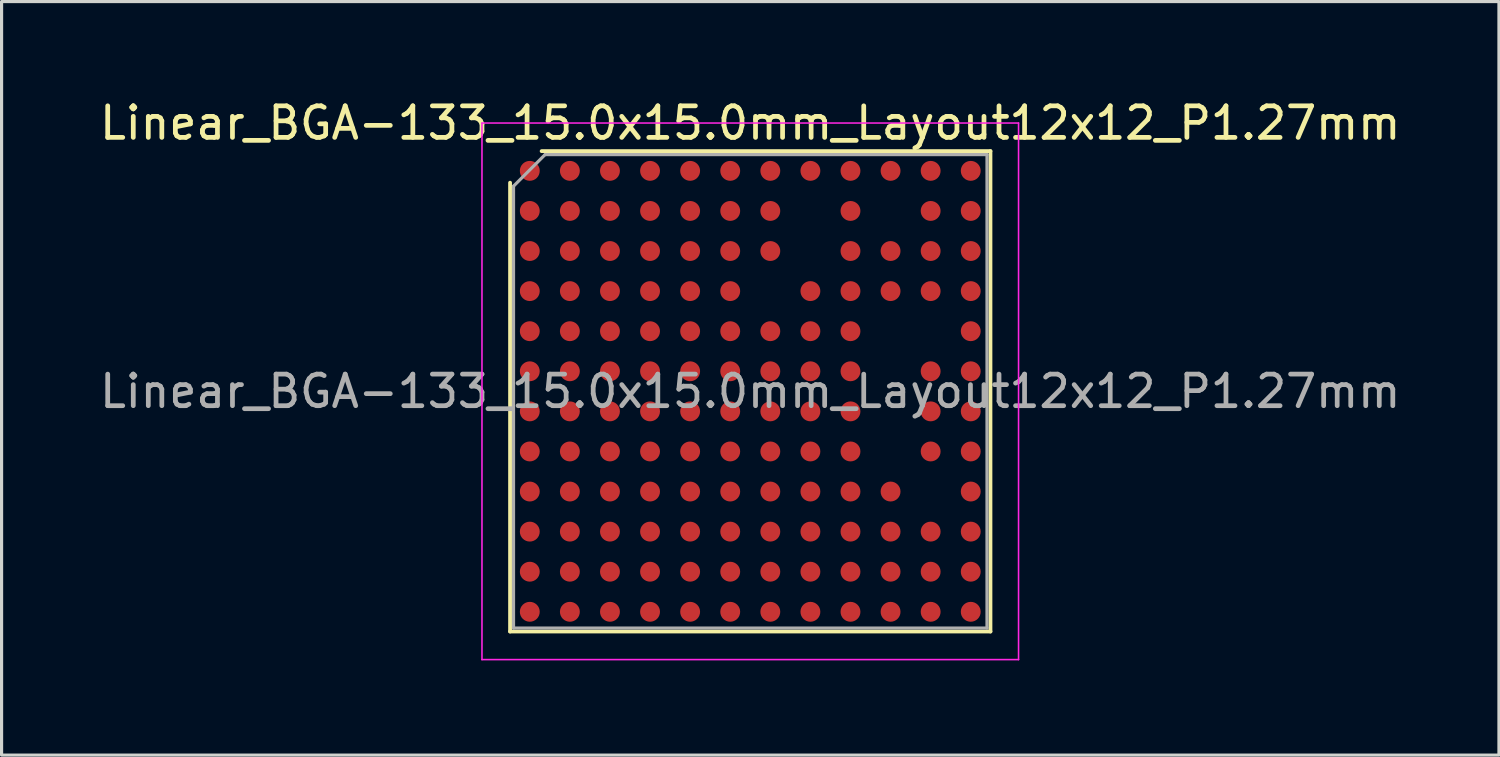
<source format=kicad_pcb>
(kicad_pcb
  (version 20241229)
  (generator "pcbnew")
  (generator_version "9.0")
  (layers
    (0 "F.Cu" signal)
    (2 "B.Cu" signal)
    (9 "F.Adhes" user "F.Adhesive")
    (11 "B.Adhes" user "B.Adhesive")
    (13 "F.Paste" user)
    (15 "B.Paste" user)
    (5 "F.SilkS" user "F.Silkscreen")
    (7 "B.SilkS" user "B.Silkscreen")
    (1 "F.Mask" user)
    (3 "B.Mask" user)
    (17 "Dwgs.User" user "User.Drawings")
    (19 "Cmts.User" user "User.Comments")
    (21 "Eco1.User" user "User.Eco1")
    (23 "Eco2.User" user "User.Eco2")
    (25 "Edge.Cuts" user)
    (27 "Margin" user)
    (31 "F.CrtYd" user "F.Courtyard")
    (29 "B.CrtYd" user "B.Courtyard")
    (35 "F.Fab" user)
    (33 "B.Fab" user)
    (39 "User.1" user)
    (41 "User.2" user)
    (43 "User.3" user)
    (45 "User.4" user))
  (footprint "Linear_BGA-133_15.0x15.0mm_Layout12x12_P1.27mm"
    (layer "F.Cu")
    (at 20.72 9.348)
    (property "Reference" "Linear_BGA-133_15.0x15.0mm_Layout12x12_P1.27mm" (at 0 -8.5 0) (layer "F.SilkS") (effects (font (size 1 1) (thickness 0.15))))
    (attr smd)
    (fp_line (start -7.61 7.61) (end -7.61 -6.61) (stroke (width 0.12) (type solid)) (layer "F.SilkS"))
    (fp_line (start -7.61 7.61) (end 7.61 7.61) (stroke (width 0.12) (type solid)) (layer "F.SilkS"))
    (fp_line (start 7.61 -7.61) (end -6.61 -7.61) (stroke (width 0.12) (type solid)) (layer "F.SilkS"))
    (fp_line (start 7.61 -7.61) (end 7.61 7.61) (stroke (width 0.12) (type solid)) (layer "F.SilkS"))
    (fp_line (start -8.5 -8.5) (end -8.5 8.5) (stroke (width 0.05) (type solid)) (layer "F.CrtYd"))
    (fp_line (start -8.5 -8.5) (end 8.5 -8.5) (stroke (width 0.05) (type solid)) (layer "F.CrtYd"))
    (fp_line (start 8.5 8.5) (end -8.5 8.5) (stroke (width 0.05) (type solid)) (layer "F.CrtYd"))
    (fp_line (start 8.5 8.5) (end 8.5 -8.5) (stroke (width 0.05) (type solid)) (layer "F.CrtYd"))
    (fp_line (start -7.5 -6.5) (end -6.5 -7.5) (stroke (width 0.1) (type solid)) (layer "F.Fab"))
    (fp_line (start -7.5 7.5) (end -7.5 -6.5) (stroke (width 0.1) (type solid)) (layer "F.Fab"))
    (fp_line (start -6.5 -7.5) (end 7.5 -7.5) (stroke (width 0.1) (type solid)) (layer "F.Fab"))
    (fp_line (start 7.5 -7.5) (end 7.5 7.5) (stroke (width 0.1) (type solid)) (layer "F.Fab"))
    (fp_line (start 7.5 7.5) (end -7.5 7.5) (stroke (width 0.1) (type solid)) (layer "F.Fab"))
    (fp_text user "${REFERENCE}" (at 0 0 0) (layer "F.Fab") (effects (font (size 1 1) (thickness 0.15))))
    (pad "A1" smd circle (at -6.985 -6.985) (size 0.63 0.63) (layers "F.Cu" "F.Mask" "F.Paste"))
    (pad "A2" smd circle (at -5.715 -6.985) (size 0.63 0.63) (layers "F.Cu" "F.Mask" "F.Paste"))
    (pad "A3" smd circle (at -4.445 -6.985) (size 0.63 0.63) (layers "F.Cu" "F.Mask" "F.Paste"))
    (pad "A4" smd circle (at -3.175 -6.985) (size 0.63 0.63) (layers "F.Cu" "F.Mask" "F.Paste"))
    (pad "A5" smd circle (at -1.905 -6.985) (size 0.63 0.63) (layers "F.Cu" "F.Mask" "F.Paste"))
    (pad "A6" smd circle (at -0.635 -6.985) (size 0.63 0.63) (layers "F.Cu" "F.Mask" "F.Paste"))
    (pad "A7" smd circle (at 0.635 -6.985) (size 0.63 0.63) (layers "F.Cu" "F.Mask" "F.Paste"))
    (pad "A8" smd circle (at 1.905 -6.985) (size 0.63 0.63) (layers "F.Cu" "F.Mask" "F.Paste"))
    (pad "A9" smd circle (at 3.175 -6.985) (size 0.63 0.63) (layers "F.Cu" "F.Mask" "F.Paste"))
    (pad "A10" smd circle (at 4.445 -6.985) (size 0.63 0.63) (layers "F.Cu" "F.Mask" "F.Paste"))
    (pad "A11" smd circle (at 5.715 -6.985) (size 0.63 0.63) (layers "F.Cu" "F.Mask" "F.Paste"))
    (pad "A12" smd circle (at 6.985 -6.985) (size 0.63 0.63) (layers "F.Cu" "F.Mask" "F.Paste"))
    (pad "B1" smd circle (at -6.985 -5.715) (size 0.63 0.63) (layers "F.Cu" "F.Mask" "F.Paste"))
    (pad "B2" smd circle (at -5.715 -5.715) (size 0.63 0.63) (layers "F.Cu" "F.Mask" "F.Paste"))
    (pad "B3" smd circle (at -4.445 -5.715) (size 0.63 0.63) (layers "F.Cu" "F.Mask" "F.Paste"))
    (pad "B4" smd circle (at -3.175 -5.715) (size 0.63 0.63) (layers "F.Cu" "F.Mask" "F.Paste"))
    (pad "B5" smd circle (at -1.905 -5.715) (size 0.63 0.63) (layers "F.Cu" "F.Mask" "F.Paste"))
    (pad "B6" smd circle (at -0.635 -5.715) (size 0.63 0.63) (layers "F.Cu" "F.Mask" "F.Paste"))
    (pad "B7" smd circle (at 0.635 -5.715) (size 0.63 0.63) (layers "F.Cu" "F.Mask" "F.Paste"))
    (pad "B9" smd circle (at 3.175 -5.715) (size 0.63 0.63) (layers "F.Cu" "F.Mask" "F.Paste"))
    (pad "B11" smd circle (at 5.715 -5.715) (size 0.63 0.63) (layers "F.Cu" "F.Mask" "F.Paste"))
    (pad "B12" smd circle (at 6.985 -5.715) (size 0.63 0.63) (layers "F.Cu" "F.Mask" "F.Paste"))
    (pad "C1" smd circle (at -6.985 -4.445) (size 0.63 0.63) (layers "F.Cu" "F.Mask" "F.Paste"))
    (pad "C2" smd circle (at -5.715 -4.445) (size 0.63 0.63) (layers "F.Cu" "F.Mask" "F.Paste"))
    (pad "C3" smd circle (at -4.445 -4.445) (size 0.63 0.63) (layers "F.Cu" "F.Mask" "F.Paste"))
    (pad "C4" smd circle (at -3.175 -4.445) (size 0.63 0.63) (layers "F.Cu" "F.Mask" "F.Paste"))
    (pad "C5" smd circle (at -1.905 -4.445) (size 0.63 0.63) (layers "F.Cu" "F.Mask" "F.Paste"))
    (pad "C6" smd circle (at -0.635 -4.445) (size 0.63 0.63) (layers "F.Cu" "F.Mask" "F.Paste"))
    (pad "C7" smd circle (at 0.635 -4.445) (size 0.63 0.63) (layers "F.Cu" "F.Mask" "F.Paste"))
    (pad "C9" smd circle (at 3.175 -4.445) (size 0.63 0.63) (layers "F.Cu" "F.Mask" "F.Paste"))
    (pad "C10" smd circle (at 4.445 -4.445) (size 0.63 0.63) (layers "F.Cu" "F.Mask" "F.Paste"))
    (pad "C11" smd circle (at 5.715 -4.445) (size 0.63 0.63) (layers "F.Cu" "F.Mask" "F.Paste"))
    (pad "C12" smd circle (at 6.985 -4.445) (size 0.63 0.63) (layers "F.Cu" "F.Mask" "F.Paste"))
    (pad "D1" smd circle (at -6.985 -3.175) (size 0.63 0.63) (layers "F.Cu" "F.Mask" "F.Paste"))
    (pad "D2" smd circle (at -5.715 -3.175) (size 0.63 0.63) (layers "F.Cu" "F.Mask" "F.Paste"))
    (pad "D3" smd circle (at -4.445 -3.175) (size 0.63 0.63) (layers "F.Cu" "F.Mask" "F.Paste"))
    (pad "D4" smd circle (at -3.175 -3.175) (size 0.63 0.63) (layers "F.Cu" "F.Mask" "F.Paste"))
    (pad "D5" smd circle (at -1.905 -3.175) (size 0.63 0.63) (layers "F.Cu" "F.Mask" "F.Paste"))
    (pad "D6" smd circle (at -0.635 -3.175) (size 0.63 0.63) (layers "F.Cu" "F.Mask" "F.Paste"))
    (pad "D8" smd circle (at 1.905 -3.175) (size 0.63 0.63) (layers "F.Cu" "F.Mask" "F.Paste"))
    (pad "D9" smd circle (at 3.175 -3.175) (size 0.63 0.63) (layers "F.Cu" "F.Mask" "F.Paste"))
    (pad "D10" smd circle (at 4.445 -3.175) (size 0.63 0.63) (layers "F.Cu" "F.Mask" "F.Paste"))
    (pad "D11" smd circle (at 5.715 -3.175) (size 0.63 0.63) (layers "F.Cu" "F.Mask" "F.Paste"))
    (pad "D12" smd circle (at 6.985 -3.175) (size 0.63 0.63) (layers "F.Cu" "F.Mask" "F.Paste"))
    (pad "E1" smd circle (at -6.985 -1.905) (size 0.63 0.63) (layers "F.Cu" "F.Mask" "F.Paste"))
    (pad "E2" smd circle (at -5.715 -1.905) (size 0.63 0.63) (layers "F.Cu" "F.Mask" "F.Paste"))
    (pad "E3" smd circle (at -4.445 -1.905) (size 0.63 0.63) (layers "F.Cu" "F.Mask" "F.Paste"))
    (pad "E4" smd circle (at -3.175 -1.905) (size 0.63 0.63) (layers "F.Cu" "F.Mask" "F.Paste"))
    (pad "E5" smd circle (at -1.905 -1.905) (size 0.63 0.63) (layers "F.Cu" "F.Mask" "F.Paste"))
    (pad "E6" smd circle (at -0.635 -1.905) (size 0.63 0.63) (layers "F.Cu" "F.Mask" "F.Paste"))
    (pad "E7" smd circle (at 0.635 -1.905) (size 0.63 0.63) (layers "F.Cu" "F.Mask" "F.Paste"))
    (pad "E8" smd circle (at 1.905 -1.905) (size 0.63 0.63) (layers "F.Cu" "F.Mask" "F.Paste"))
    (pad "E9" smd circle (at 3.175 -1.905) (size 0.63 0.63) (layers "F.Cu" "F.Mask" "F.Paste"))
    (pad "E12" smd circle (at 6.985 -1.905) (size 0.63 0.63) (layers "F.Cu" "F.Mask" "F.Paste"))
    (pad "F1" smd circle (at -6.985 -0.635) (size 0.63 0.63) (layers "F.Cu" "F.Mask" "F.Paste"))
    (pad "F2" smd circle (at -5.715 -0.635) (size 0.63 0.63) (layers "F.Cu" "F.Mask" "F.Paste"))
    (pad "F3" smd circle (at -4.445 -0.635) (size 0.63 0.63) (layers "F.Cu" "F.Mask" "F.Paste"))
    (pad "F4" smd circle (at -3.175 -0.635) (size 0.63 0.63) (layers "F.Cu" "F.Mask" "F.Paste"))
    (pad "F5" smd circle (at -1.905 -0.635) (size 0.63 0.63) (layers "F.Cu" "F.Mask" "F.Paste"))
    (pad "F6" smd circle (at -0.635 -0.635) (size 0.63 0.63) (layers "F.Cu" "F.Mask" "F.Paste"))
    (pad "F7" smd circle (at 0.635 -0.635) (size 0.63 0.63) (layers "F.Cu" "F.Mask" "F.Paste"))
    (pad "F8" smd circle (at 1.905 -0.635) (size 0.63 0.63) (layers "F.Cu" "F.Mask" "F.Paste"))
    (pad "F9" smd circle (at 3.175 -0.635) (size 0.63 0.63) (layers "F.Cu" "F.Mask" "F.Paste"))
    (pad "F11" smd circle (at 5.715 -0.635) (size 0.63 0.63) (layers "F.Cu" "F.Mask" "F.Paste"))
    (pad "F12" smd circle (at 6.985 -0.635) (size 0.63 0.63) (layers "F.Cu" "F.Mask" "F.Paste"))
    (pad "G1" smd circle (at -6.985 0.635) (size 0.63 0.63) (layers "F.Cu" "F.Mask" "F.Paste"))
    (pad "G2" smd circle (at -5.715 0.635) (size 0.63 0.63) (layers "F.Cu" "F.Mask" "F.Paste"))
    (pad "G3" smd circle (at -4.445 0.635) (size 0.63 0.63) (layers "F.Cu" "F.Mask" "F.Paste"))
    (pad "G4" smd circle (at -3.175 0.635) (size 0.63 0.63) (layers "F.Cu" "F.Mask" "F.Paste"))
    (pad "G5" smd circle (at -1.905 0.635) (size 0.63 0.63) (layers "F.Cu" "F.Mask" "F.Paste"))
    (pad "G6" smd circle (at -0.635 0.635) (size 0.63 0.63) (layers "F.Cu" "F.Mask" "F.Paste"))
    (pad "G7" smd circle (at 0.635 0.635) (size 0.63 0.63) (layers "F.Cu" "F.Mask" "F.Paste"))
    (pad "G8" smd circle (at 1.905 0.635) (size 0.63 0.63) (layers "F.Cu" "F.Mask" "F.Paste"))
    (pad "G9" smd circle (at 3.175 0.635) (size 0.63 0.63) (layers "F.Cu" "F.Mask" "F.Paste"))
    (pad "G11" smd circle (at 5.715 0.635) (size 0.63 0.63) (layers "F.Cu" "F.Mask" "F.Paste"))
    (pad "G12" smd circle (at 6.985 0.635) (size 0.63 0.63) (layers "F.Cu" "F.Mask" "F.Paste"))
    (pad "H1" smd circle (at -6.985 1.905) (size 0.63 0.63) (layers "F.Cu" "F.Mask" "F.Paste"))
    (pad "H2" smd circle (at -5.715 1.905) (size 0.63 0.63) (layers "F.Cu" "F.Mask" "F.Paste"))
    (pad "H3" smd circle (at -4.445 1.905) (size 0.63 0.63) (layers "F.Cu" "F.Mask" "F.Paste"))
    (pad "H4" smd circle (at -3.175 1.905) (size 0.63 0.63) (layers "F.Cu" "F.Mask" "F.Paste"))
    (pad "H5" smd circle (at -1.905 1.905) (size 0.63 0.63) (layers "F.Cu" "F.Mask" "F.Paste"))
    (pad "H6" smd circle (at -0.635 1.905) (size 0.63 0.63) (layers "F.Cu" "F.Mask" "F.Paste"))
    (pad "H7" smd circle (at 0.635 1.905) (size 0.63 0.63) (layers "F.Cu" "F.Mask" "F.Paste"))
    (pad "H8" smd circle (at 1.905 1.905) (size 0.63 0.63) (layers "F.Cu" "F.Mask" "F.Paste"))
    (pad "H9" smd circle (at 3.175 1.905) (size 0.63 0.63) (layers "F.Cu" "F.Mask" "F.Paste"))
    (pad "H11" smd circle (at 5.715 1.905) (size 0.63 0.63) (layers "F.Cu" "F.Mask" "F.Paste"))
    (pad "H12" smd circle (at 6.985 1.905) (size 0.63 0.63) (layers "F.Cu" "F.Mask" "F.Paste"))
    (pad "J1" smd circle (at -6.985 3.175) (size 0.63 0.63) (layers "F.Cu" "F.Mask" "F.Paste"))
    (pad "J2" smd circle (at -5.715 3.175) (size 0.63 0.63) (layers "F.Cu" "F.Mask" "F.Paste"))
    (pad "J3" smd circle (at -4.445 3.175) (size 0.63 0.63) (layers "F.Cu" "F.Mask" "F.Paste"))
    (pad "J4" smd circle (at -3.175 3.175) (size 0.63 0.63) (layers "F.Cu" "F.Mask" "F.Paste"))
    (pad "J5" smd circle (at -1.905 3.175) (size 0.63 0.63) (layers "F.Cu" "F.Mask" "F.Paste"))
    (pad "J6" smd circle (at -0.635 3.175) (size 0.63 0.63) (layers "F.Cu" "F.Mask" "F.Paste"))
    (pad "J7" smd circle (at 0.635 3.175) (size 0.63 0.63) (layers "F.Cu" "F.Mask" "F.Paste"))
    (pad "J8" smd circle (at 1.905 3.175) (size 0.63 0.63) (layers "F.Cu" "F.Mask" "F.Paste"))
    (pad "J9" smd circle (at 3.175 3.175) (size 0.63 0.63) (layers "F.Cu" "F.Mask" "F.Paste"))
    (pad "J10" smd circle (at 4.445 3.175) (size 0.63 0.63) (layers "F.Cu" "F.Mask" "F.Paste"))
    (pad "J12" smd circle (at 6.985 3.175) (size 0.63 0.63) (layers "F.Cu" "F.Mask" "F.Paste"))
    (pad "K1" smd circle (at -6.985 4.445) (size 0.63 0.63) (layers "F.Cu" "F.Mask" "F.Paste"))
    (pad "K2" smd circle (at -5.715 4.445) (size 0.63 0.63) (layers "F.Cu" "F.Mask" "F.Paste"))
    (pad "K3" smd circle (at -4.445 4.445) (size 0.63 0.63) (layers "F.Cu" "F.Mask" "F.Paste"))
    (pad "K4" smd circle (at -3.175 4.445) (size 0.63 0.63) (layers "F.Cu" "F.Mask" "F.Paste"))
    (pad "K5" smd circle (at -1.905 4.445) (size 0.63 0.63) (layers "F.Cu" "F.Mask" "F.Paste"))
    (pad "K6" smd circle (at -0.635 4.445) (size 0.63 0.63) (layers "F.Cu" "F.Mask" "F.Paste"))
    (pad "K7" smd circle (at 0.635 4.445) (size 0.63 0.63) (layers "F.Cu" "F.Mask" "F.Paste"))
    (pad "K8" smd circle (at 1.905 4.445) (size 0.63 0.63) (layers "F.Cu" "F.Mask" "F.Paste"))
    (pad "K9" smd circle (at 3.175 4.445) (size 0.63 0.63) (layers "F.Cu" "F.Mask" "F.Paste"))
    (pad "K10" smd circle (at 4.445 4.445) (size 0.63 0.63) (layers "F.Cu" "F.Mask" "F.Paste"))
    (pad "K11" smd circle (at 5.715 4.445) (size 0.63 0.63) (layers "F.Cu" "F.Mask" "F.Paste"))
    (pad "K12" smd circle (at 6.985 4.445) (size 0.63 0.63) (layers "F.Cu" "F.Mask" "F.Paste"))
    (pad "L1" smd circle (at -6.985 5.715) (size 0.63 0.63) (layers "F.Cu" "F.Mask" "F.Paste"))
    (pad "L2" smd circle (at -5.715 5.715) (size 0.63 0.63) (layers "F.Cu" "F.Mask" "F.Paste"))
    (pad "L3" smd circle (at -4.445 5.715) (size 0.63 0.63) (layers "F.Cu" "F.Mask" "F.Paste"))
    (pad "L4" smd circle (at -3.175 5.715) (size 0.63 0.63) (layers "F.Cu" "F.Mask" "F.Paste"))
    (pad "L5" smd circle (at -1.905 5.715) (size 0.63 0.63) (layers "F.Cu" "F.Mask" "F.Paste"))
    (pad "L6" smd circle (at -0.635 5.715) (size 0.63 0.63) (layers "F.Cu" "F.Mask" "F.Paste"))
    (pad "L7" smd circle (at 0.635 5.715) (size 0.63 0.63) (layers "F.Cu" "F.Mask" "F.Paste"))
    (pad "L8" smd circle (at 1.905 5.715) (size 0.63 0.63) (layers "F.Cu" "F.Mask" "F.Paste"))
    (pad "L9" smd circle (at 3.175 5.715) (size 0.63 0.63) (layers "F.Cu" "F.Mask" "F.Paste"))
    (pad "L10" smd circle (at 4.445 5.715) (size 0.63 0.63) (layers "F.Cu" "F.Mask" "F.Paste"))
    (pad "L11" smd circle (at 5.715 5.715) (size 0.63 0.63) (layers "F.Cu" "F.Mask" "F.Paste"))
    (pad "L12" smd circle (at 6.985 5.715) (size 0.63 0.63) (layers "F.Cu" "F.Mask" "F.Paste"))
    (pad "M1" smd circle (at -6.985 6.985) (size 0.63 0.63) (layers "F.Cu" "F.Mask" "F.Paste"))
    (pad "M2" smd circle (at -5.715 6.985) (size 0.63 0.63) (layers "F.Cu" "F.Mask" "F.Paste"))
    (pad "M3" smd circle (at -4.445 6.985) (size 0.63 0.63) (layers "F.Cu" "F.Mask" "F.Paste"))
    (pad "M4" smd circle (at -3.175 6.985) (size 0.63 0.63) (layers "F.Cu" "F.Mask" "F.Paste"))
    (pad "M5" smd circle (at -1.905 6.985) (size 0.63 0.63) (layers "F.Cu" "F.Mask" "F.Paste"))
    (pad "M6" smd circle (at -0.635 6.985) (size 0.63 0.63) (layers "F.Cu" "F.Mask" "F.Paste"))
    (pad "M7" smd circle (at 0.635 6.985) (size 0.63 0.63) (layers "F.Cu" "F.Mask" "F.Paste"))
    (pad "M8" smd circle (at 1.905 6.985) (size 0.63 0.63) (layers "F.Cu" "F.Mask" "F.Paste"))
    (pad "M9" smd circle (at 3.175 6.985) (size 0.63 0.63) (layers "F.Cu" "F.Mask" "F.Paste"))
    (pad "M10" smd circle (at 4.445 6.985) (size 0.63 0.63) (layers "F.Cu" "F.Mask" "F.Paste"))
    (pad "M11" smd circle (at 5.715 6.985) (size 0.63 0.63) (layers "F.Cu" "F.Mask" "F.Paste"))
    (pad "M12" smd circle (at 6.985 6.985) (size 0.63 0.63) (layers "F.Cu" "F.Mask" "F.Paste")))
  (gr_rect
    (start -3 -3)
    (end 44.44 20.873)
    (stroke (width 0.1) (type default))
    (fill no)
    (layer "Edge.Cuts")))
</source>
